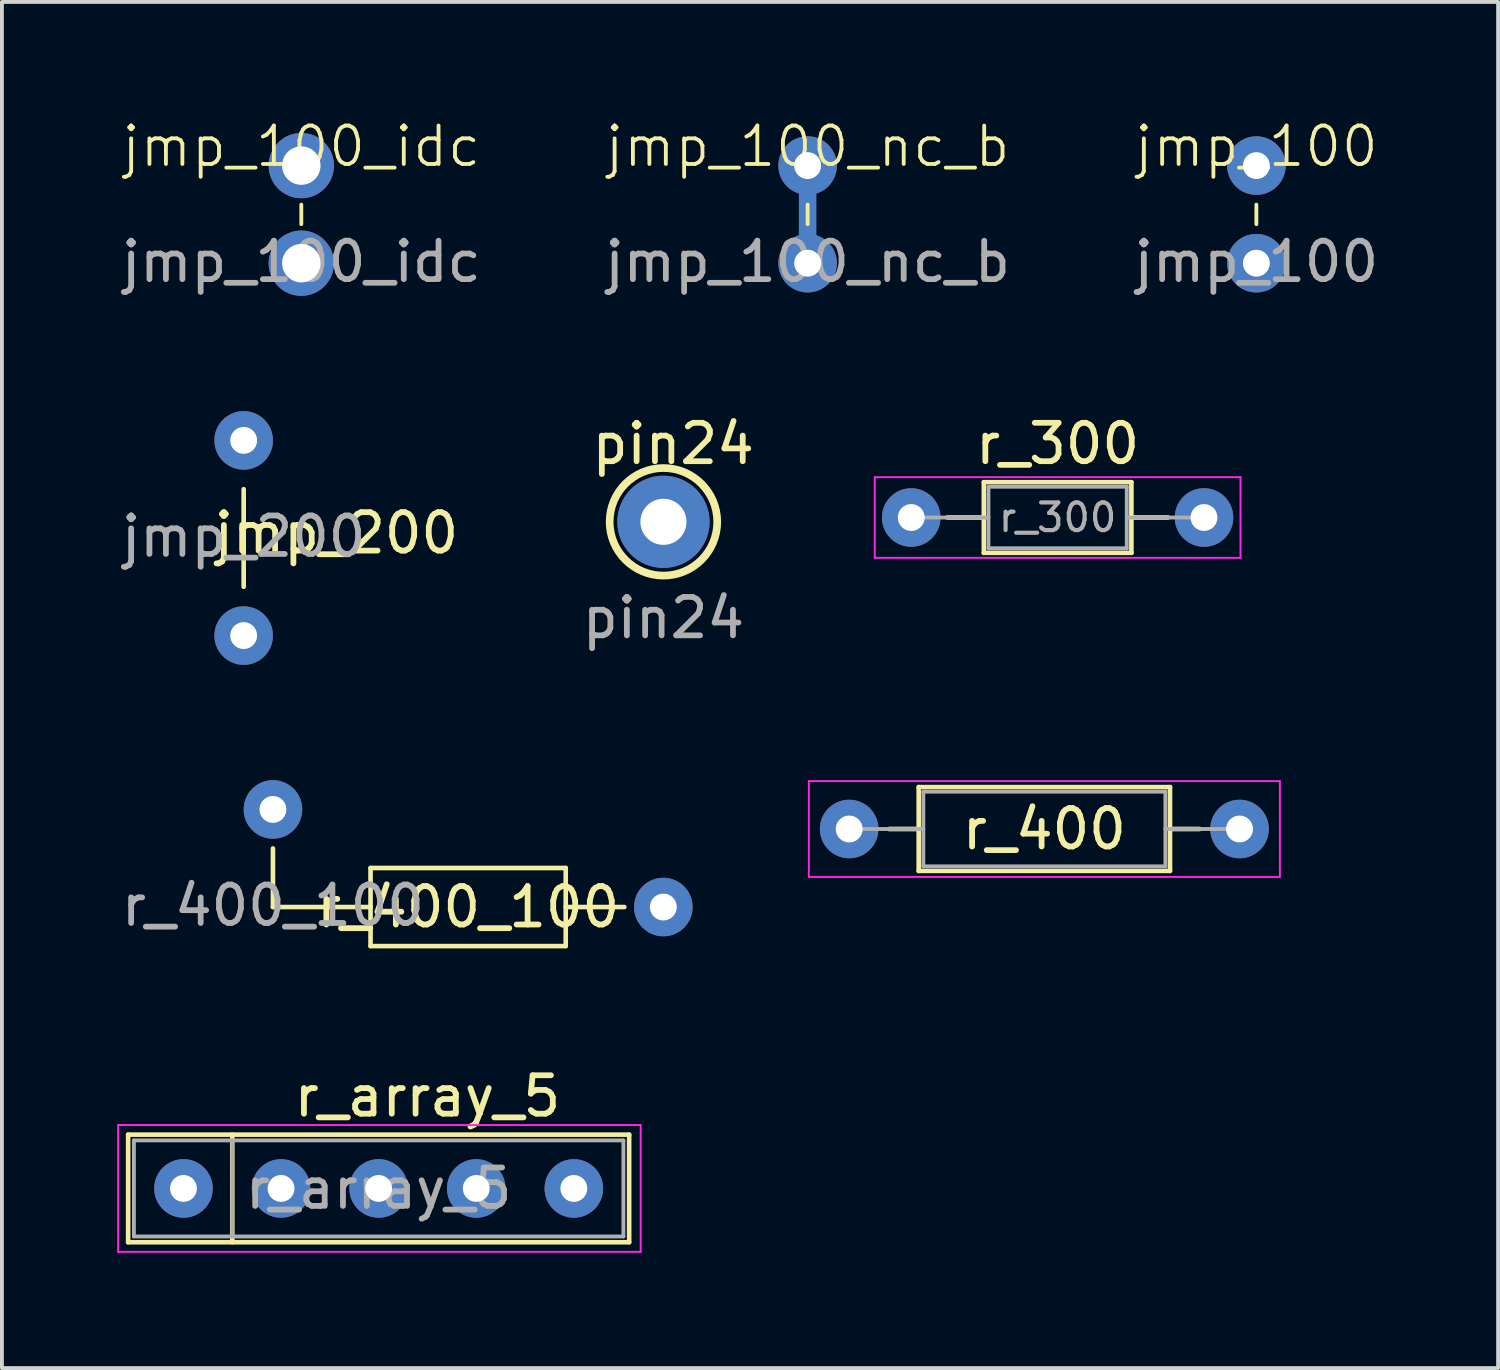
<source format=kicad_pcb>
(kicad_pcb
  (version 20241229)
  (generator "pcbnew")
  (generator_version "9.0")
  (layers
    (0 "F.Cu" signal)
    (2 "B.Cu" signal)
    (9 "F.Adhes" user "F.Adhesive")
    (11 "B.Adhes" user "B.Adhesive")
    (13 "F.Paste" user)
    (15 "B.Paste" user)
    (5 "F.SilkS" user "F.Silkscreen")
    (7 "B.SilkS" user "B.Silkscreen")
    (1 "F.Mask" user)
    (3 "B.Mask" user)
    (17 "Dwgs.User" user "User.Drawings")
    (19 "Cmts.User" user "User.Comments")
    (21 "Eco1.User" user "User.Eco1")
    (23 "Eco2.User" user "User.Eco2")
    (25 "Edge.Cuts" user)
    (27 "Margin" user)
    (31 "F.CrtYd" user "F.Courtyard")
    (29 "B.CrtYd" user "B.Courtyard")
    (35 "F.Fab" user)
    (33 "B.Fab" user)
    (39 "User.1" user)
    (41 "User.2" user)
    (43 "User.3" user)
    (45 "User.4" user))
  (footprint "jmp_200"
    (layer "F.Cu")
    (at 3.292 8.412)
    (property "Reference" "jmp_200" (at 2.413 2.413 0) (unlocked yes) (layer "F.SilkS") (effects (font (size 1 1) (thickness 0.15))))
    (attr through_hole)
    (fp_line (start 0 1.27) (end 0 3.81) (stroke (width 0.12) (type default)) (layer "F.SilkS"))
    (fp_text user "${REFERENCE}" (at 0 2.5 0) (unlocked yes) (layer "F.Fab") (effects (font (size 1 1) (thickness 0.15))))
    (pad "1" thru_hole circle (at 0 0) (size 1.524 1.524) (drill 0.7) (layers "*.Cu" "*.Mask"))
    (pad "2" thru_hole circle (at 0 5.08) (size 1.524 1.524) (drill 0.7) (layers "*.Cu" "*.Mask")))
  (footprint "r_300"
    (layer "F.Cu")
    (at 20.666 10.419)
    (property "Reference" "r_300" (at 3.81 -1.92 0) (layer "F.SilkS") (effects (font (size 1 1) (thickness 0.15))))
    (attr through_hole)
    (fp_line (start 0.94 0) (end 1.89 0) (stroke (width 0.12) (type solid)) (layer "F.SilkS"))
    (fp_line (start 1.89 -0.92) (end 1.89 0.92) (stroke (width 0.12) (type solid)) (layer "F.SilkS"))
    (fp_line (start 1.89 0.92) (end 5.73 0.92) (stroke (width 0.12) (type solid)) (layer "F.SilkS"))
    (fp_line (start 5.73 -0.92) (end 1.89 -0.92) (stroke (width 0.12) (type solid)) (layer "F.SilkS"))
    (fp_line (start 5.73 0.92) (end 5.73 -0.92) (stroke (width 0.12) (type solid)) (layer "F.SilkS"))
    (fp_line (start 6.68 0) (end 5.73 0) (stroke (width 0.12) (type solid)) (layer "F.SilkS"))
    (fp_line (start -0.95 -1.05) (end -0.95 1.05) (stroke (width 0.05) (type solid)) (layer "F.CrtYd"))
    (fp_line (start -0.95 1.05) (end 8.57 1.05) (stroke (width 0.05) (type solid)) (layer "F.CrtYd"))
    (fp_line (start 8.57 -1.05) (end -0.95 -1.05) (stroke (width 0.05) (type solid)) (layer "F.CrtYd"))
    (fp_line (start 8.57 1.05) (end 8.57 -1.05) (stroke (width 0.05) (type solid)) (layer "F.CrtYd"))
    (fp_line (start 0 0) (end 2.01 0) (stroke (width 0.1) (type solid)) (layer "F.Fab"))
    (fp_line (start 2.01 -0.8) (end 2.01 0.8) (stroke (width 0.1) (type solid)) (layer "F.Fab"))
    (fp_line (start 2.01 0.8) (end 5.61 0.8) (stroke (width 0.1) (type solid)) (layer "F.Fab"))
    (fp_line (start 5.61 -0.8) (end 2.01 -0.8) (stroke (width 0.1) (type solid)) (layer "F.Fab"))
    (fp_line (start 5.61 0.8) (end 5.61 -0.8) (stroke (width 0.1) (type solid)) (layer "F.Fab"))
    (fp_line (start 7.62 0) (end 5.61 0) (stroke (width 0.1) (type solid)) (layer "F.Fab"))
    (fp_text user "${REFERENCE}" (at 3.81 0 0) (layer "F.Fab") (effects (font (size 0.72 0.72) (thickness 0.108))))
    (pad "1" thru_hole circle (at 0 0) (size 1.524 1.524) (drill 0.7) (layers "*.Cu" "*.Mask"))
    (pad "2" thru_hole circle (at 7.62 0) (size 1.524 1.524) (drill 0.7) (layers "*.Cu" "*.Mask")))
  (footprint "r_400"
    (layer "F.Cu")
    (at 19.051 18.526)
    (property "Reference" "r_400" (at 5.08 0 0) (layer "F.SilkS") (effects (font (size 1 1) (thickness 0.15))))
    (attr through_hole)
    (fp_line (start 1.04 0) (end 1.81 0) (stroke (width 0.12) (type solid)) (layer "F.SilkS"))
    (fp_line (start 1.81 -1.091) (end 1.81 1.091) (stroke (width 0.12) (type solid)) (layer "F.SilkS"))
    (fp_line (start 1.81 1.091) (end 8.35 1.091) (stroke (width 0.12) (type solid)) (layer "F.SilkS"))
    (fp_line (start 8.35 -1.091) (end 1.81 -1.091) (stroke (width 0.12) (type solid)) (layer "F.SilkS"))
    (fp_line (start 8.35 1.091) (end 8.35 -1.091) (stroke (width 0.12) (type solid)) (layer "F.SilkS"))
    (fp_line (start 9.12 0) (end 8.35 0) (stroke (width 0.12) (type solid)) (layer "F.SilkS"))
    (fp_line (start -1.05 -1.246) (end -1.05 1.246) (stroke (width 0.05) (type solid)) (layer "F.CrtYd"))
    (fp_line (start -1.05 1.246) (end 11.21 1.246) (stroke (width 0.05) (type solid)) (layer "F.CrtYd"))
    (fp_line (start 11.21 -1.246) (end -1.05 -1.246) (stroke (width 0.05) (type solid)) (layer "F.CrtYd"))
    (fp_line (start 11.21 1.246) (end 11.21 -1.246) (stroke (width 0.05) (type solid)) (layer "F.CrtYd"))
    (fp_line (start 0 0) (end 1.93 0) (stroke (width 0.1) (type solid)) (layer "F.Fab"))
    (fp_line (start 1.93 -0.971) (end 1.93 0.971) (stroke (width 0.1) (type solid)) (layer "F.Fab"))
    (fp_line (start 1.93 0.971) (end 8.23 0.971) (stroke (width 0.1) (type solid)) (layer "F.Fab"))
    (fp_line (start 8.23 -0.971) (end 1.93 -0.971) (stroke (width 0.1) (type solid)) (layer "F.Fab"))
    (fp_line (start 8.23 0.971) (end 8.23 -0.971) (stroke (width 0.1) (type solid)) (layer "F.Fab"))
    (fp_line (start 10.16 0) (end 8.23 0) (stroke (width 0.1) (type solid)) (layer "F.Fab"))
    (pad "1" thru_hole circle (at 0 0) (size 1.524 1.524) (drill 0.7) (layers "*.Cu" "*.Mask"))
    (pad "2" thru_hole circle (at 10.16 0) (size 1.524 1.524) (drill 0.7) (layers "*.Cu" "*.Mask")))
  (footprint "jmp_100_nc_b"
    (layer "F.Cu")
    (at 17.97 1.26)
    (property "Reference" "jmp_100_nc_b" (at 0 -0.5 0) (unlocked yes) (layer "F.SilkS") (effects (font (size 1 1) (thickness 0.1))))
    (attr through_hole)
    (fp_line (start 0 0) (end 0 2.54) (stroke (width 0.457) (type default)) (layer "B.Cu"))
    (fp_line (start 0 1.016) (end 0 1.524) (stroke (width 0.1) (type default)) (layer "F.SilkS"))
    (fp_text user "${REFERENCE}" (at 0 2.5 0) (unlocked yes) (layer "F.Fab") (effects (font (size 1 1) (thickness 0.15))))
    (pad "1" thru_hole circle (at 0 0) (size 1.524 1.524) (drill 0.7) (layers "*.Cu" "*.Mask"))
    (pad "2" thru_hole circle (at 0 2.54) (size 1.524 1.524) (drill 0.7) (layers "*.Cu" "*.Mask")))
  (footprint "r_400_100"
    (layer "F.Cu")
    (at 4.054 18.017)
    (property "Reference" "r_400_100" (at 5.08 2.54 0) (unlocked yes) (layer "F.SilkS") (effects (font (size 1 1) (thickness 0.15))))
    (attr through_hole)
    (fp_line (start 0 2.54) (end 0 1.016) (stroke (width 0.12) (type default)) (layer "F.SilkS"))
    (fp_line (start 0 2.54) (end 2.54 2.54) (stroke (width 0.12) (type default)) (layer "F.SilkS"))
    (fp_line (start 2.54 1.524) (end 7.62 1.524) (stroke (width 0.12) (type default)) (layer "F.SilkS"))
    (fp_line (start 2.54 2.54) (end 2.54 1.524) (stroke (width 0.12) (type default)) (layer "F.SilkS"))
    (fp_line (start 2.54 3.556) (end 2.54 2.54) (stroke (width 0.12) (type default)) (layer "F.SilkS"))
    (fp_line (start 7.62 1.524) (end 7.62 3.556) (stroke (width 0.12) (type default)) (layer "F.SilkS"))
    (fp_line (start 7.62 2.54) (end 9.144 2.54) (stroke (width 0.12) (type default)) (layer "F.SilkS"))
    (fp_line (start 7.62 3.556) (end 2.54 3.556) (stroke (width 0.12) (type default)) (layer "F.SilkS"))
    (fp_text user "${REFERENCE}" (at 0 2.5 0) (unlocked yes) (layer "F.Fab") (effects (font (size 1 1) (thickness 0.15))))
    (pad "1" thru_hole circle (at 0 0) (size 1.524 1.524) (drill 0.7) (layers "*.Cu" "*.Mask"))
    (pad "2" thru_hole circle (at 10.16 2.54) (size 1.524 1.524) (drill 0.7) (layers "*.Cu" "*.Mask")))
  (footprint "pin24"
    (layer "F.Cu")
    (at 14.217 10.531)
    (property "Reference" "pin24" (at 0.254 -2.032 0) (unlocked yes) (layer "F.SilkS") (effects (font (size 1 1) (thickness 0.15))))
    (attr through_hole)
    (fp_circle (center 0 0) (end 1.4 0) (stroke (width 0.2) (type solid)) (fill no) (layer "F.SilkS"))
    (fp_text user "${REFERENCE}" (at 0 2.5 0) (unlocked yes) (layer "F.Fab") (effects (font (size 1 1) (thickness 0.15))))
    (pad "1" thru_hole circle (at 0 0) (size 2.4 2.4) (drill 1.2) (layers "*.Cu" "*.Mask")))
  (footprint "jmp_100"
    (layer "F.Cu")
    (at 29.649 1.26)
    (property "Reference" "jmp_100" (at 0 -0.5 0) (unlocked yes) (layer "F.SilkS") (effects (font (size 1 1) (thickness 0.1))))
    (attr through_hole)
    (fp_line (start 0 1.016) (end 0 1.524) (stroke (width 0.1) (type default)) (layer "F.SilkS"))
    (fp_text user "${REFERENCE}" (at 0 2.5 0) (unlocked yes) (layer "F.Fab") (effects (font (size 1 1) (thickness 0.15))))
    (pad "1" thru_hole circle (at 0 0) (size 1.524 1.524) (drill 0.7) (layers "*.Cu" "*.Mask"))
    (pad "2" thru_hole circle (at 0 2.54) (size 1.524 1.524) (drill 0.7) (layers "*.Cu" "*.Mask")))
  (footprint "r_array_5"
    (layer "F.Cu")
    (at 1.725 27.881)
    (property "Reference" "r_array_5" (at 6.35 -2.4 0) (layer "F.SilkS") (effects (font (size 1 1) (thickness 0.15))))
    (attr through_hole)
    (fp_line (start -1.44 -1.4) (end -1.44 1.4) (stroke (width 0.12) (type solid)) (layer "F.SilkS"))
    (fp_line (start -1.44 1.4) (end 11.6 1.4) (stroke (width 0.12) (type solid)) (layer "F.SilkS"))
    (fp_line (start 1.27 -1.4) (end 1.27 1.4) (stroke (width 0.12) (type solid)) (layer "F.SilkS"))
    (fp_line (start 11.6 -1.4) (end -1.44 -1.4) (stroke (width 0.12) (type solid)) (layer "F.SilkS"))
    (fp_line (start 11.6 1.4) (end 11.6 -1.4) (stroke (width 0.12) (type solid)) (layer "F.SilkS"))
    (fp_line (start -1.7 -1.65) (end -1.7 1.65) (stroke (width 0.05) (type solid)) (layer "F.CrtYd"))
    (fp_line (start -1.7 1.65) (end 11.9 1.65) (stroke (width 0.05) (type solid)) (layer "F.CrtYd"))
    (fp_line (start 11.9 -1.65) (end -1.7 -1.65) (stroke (width 0.05) (type solid)) (layer "F.CrtYd"))
    (fp_line (start 11.9 1.65) (end 11.9 -1.65) (stroke (width 0.05) (type solid)) (layer "F.CrtYd"))
    (fp_line (start -1.29 -1.25) (end -1.29 1.25) (stroke (width 0.1) (type solid)) (layer "F.Fab"))
    (fp_line (start -1.29 1.25) (end 11.45 1.25) (stroke (width 0.1) (type solid)) (layer "F.Fab"))
    (fp_line (start 1.27 -1.25) (end 1.27 1.25) (stroke (width 0.1) (type solid)) (layer "F.Fab"))
    (fp_line (start 11.45 -1.25) (end -1.29 -1.25) (stroke (width 0.1) (type solid)) (layer "F.Fab"))
    (fp_line (start 11.45 1.25) (end 11.45 -1.25) (stroke (width 0.1) (type solid)) (layer "F.Fab"))
    (fp_text user "${REFERENCE}" (at 5.08 0 0) (layer "F.Fab") (effects (font (size 1 1) (thickness 0.15))))
    (pad "1" thru_hole circle (at 0 0) (size 1.524 1.524) (drill 0.7) (layers "*.Cu" "*.Mask"))
    (pad "2" thru_hole circle (at 2.54 0) (size 1.524 1.524) (drill 0.7) (layers "*.Cu" "*.Mask"))
    (pad "3" thru_hole circle (at 5.08 0) (size 1.524 1.524) (drill 0.7) (layers "*.Cu" "*.Mask"))
    (pad "4" thru_hole circle (at 7.62 0) (size 1.524 1.524) (drill 0.7) (layers "*.Cu" "*.Mask"))
    (pad "5" thru_hole circle (at 10.16 0) (size 1.524 1.524) (drill 0.7) (layers "*.Cu" "*.Mask")))
  (footprint "jmp_100_idc"
    (layer "F.Cu")
    (at 4.792 1.26)
    (property "Reference" "jmp_100_idc" (at 0 -0.5 0) (unlocked yes) (layer "F.SilkS") (effects (font (size 1 1) (thickness 0.1))))
    (attr through_hole)
    (fp_line (start 0 1.016) (end 0 1.524) (stroke (width 0.1) (type default)) (layer "F.SilkS"))
    (fp_text user "${REFERENCE}" (at 0 2.5 0) (unlocked yes) (layer "F.Fab") (effects (font (size 1 1) (thickness 0.15))))
    (pad "1" thru_hole circle (at 0 0) (size 1.7 1.7) (drill 1) (layers "*.Cu" "*.Mask"))
    (pad "2" thru_hole circle (at 0 2.54) (size 1.7 1.7) (drill 1) (layers "*.Cu" "*.Mask")))
  (gr_rect
    (start -3 -3)
    (end 35.94 32.556)
    (stroke (width 0.1) (type default))
    (fill no)
    (layer "Edge.Cuts")))
</source>
